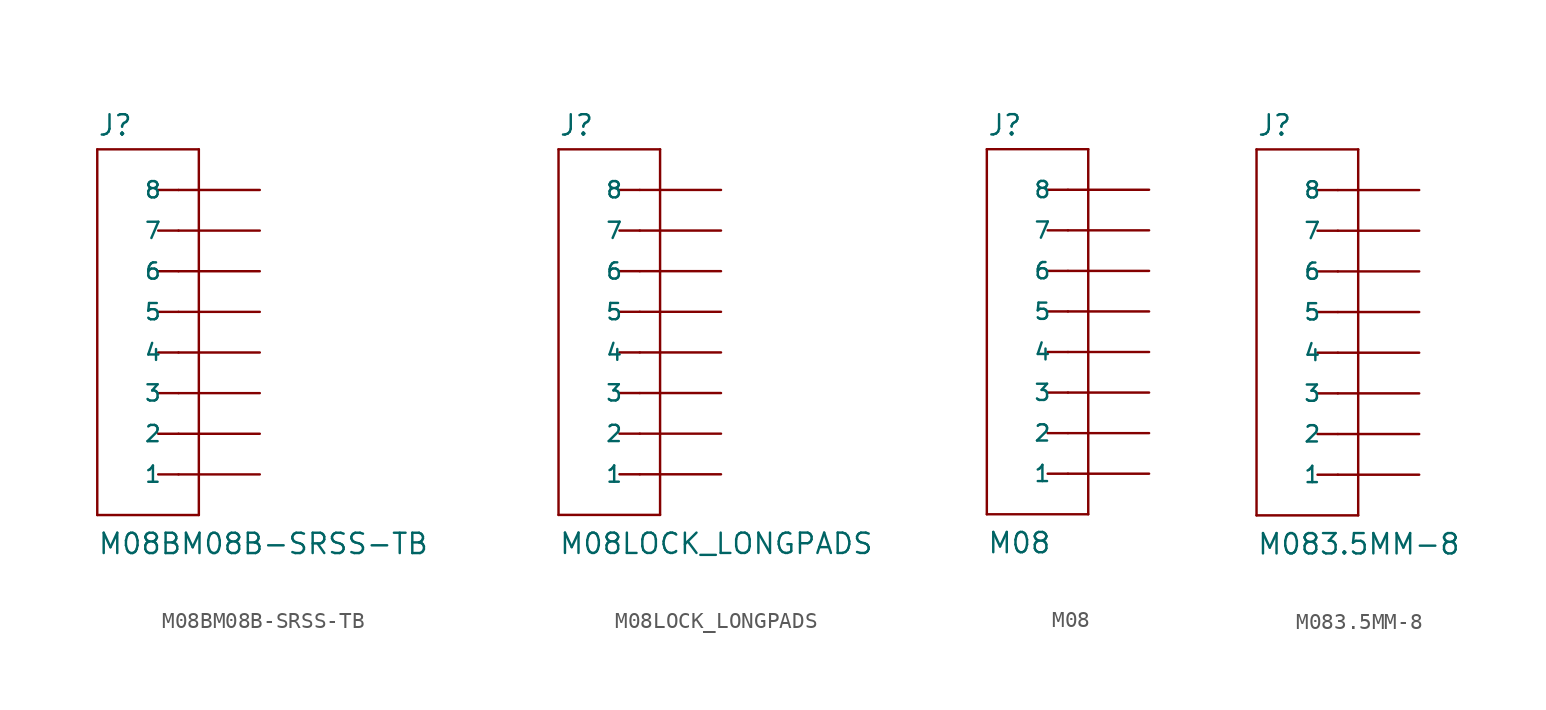
<source format=kicad_sym>
(kicad_symbol_lib
  (version 20211014)
  (generator kicad_symbol_editor)
  (symbol "M08BM08B-SRSS-TB"
    (pin_numbers hide)
    (pin_names
      (offset 1.016))
    (property "Reference" "J"
      (at -5.08 13.462 0)
      (effects (font (size 1.27 1.27)) (justify left bottom)))
    (property "Value" "M08BM08B-SRSS-TB"
      (at -5.08 -12.7 0)
      (effects (font (size 1.27 1.27)) (justify left bottom)))
    (property "Datasheet" ""
      (at 0 0 0)
      (effects (font (size 1.524 1.524))))
    (property "ki_locked" ""
      (at 0 0 0)
      (effects (font (size 1.27 1.27))))
    (symbol "M08BM08B-SRSS-TB_1_0"
      (polyline (pts (xy -5.08 12.7) (xy -5.08 -10.16)) (stroke (width 0) (type default) (color 0 0 0 0)) (fill (type none)))
      (polyline (pts (xy -5.08 12.7) (xy 1.27 12.7)) (stroke (width 0) (type default) (color 0 0 0 0)) (fill (type none)))
      (polyline (pts (xy -1.27 -7.62) (xy 0 -7.62)) (stroke (width 0) (type default) (color 0 0 0 0)) (fill (type none)))
      (polyline (pts (xy -1.27 -5.08) (xy 0 -5.08)) (stroke (width 0) (type default) (color 0 0 0 0)) (fill (type none)))
      (polyline (pts (xy -1.27 -2.54) (xy 0 -2.54)) (stroke (width 0) (type default) (color 0 0 0 0)) (fill (type none)))
      (polyline (pts (xy -1.27 0) (xy 0 0)) (stroke (width 0) (type default) (color 0 0 0 0)) (fill (type none)))
      (polyline (pts (xy -1.27 2.54) (xy 0 2.54)) (stroke (width 0) (type default) (color 0 0 0 0)) (fill (type none)))
      (polyline (pts (xy -1.27 5.08) (xy 0 5.08)) (stroke (width 0) (type default) (color 0 0 0 0)) (fill (type none)))
      (polyline (pts (xy -1.27 7.62) (xy 0 7.62)) (stroke (width 0) (type default) (color 0 0 0 0)) (fill (type none)))
      (polyline (pts (xy -1.27 10.16) (xy 0 10.16)) (stroke (width 0) (type default) (color 0 0 0 0)) (fill (type none)))
      (polyline (pts (xy 1.27 -10.16) (xy -5.08 -10.16)) (stroke (width 0) (type default) (color 0 0 0 0)) (fill (type none)))
      (polyline (pts (xy 1.27 -10.16) (xy 1.27 12.7)) (stroke (width 0) (type default) (color 0 0 0 0)) (fill (type none))))
    (symbol "M08BM08B-SRSS-TB_1_1"
      (pin passive line (at 5.08 -7.62 180) (length 5.08) (name "1" (effects (font (size 1.016 1.016)))) (number "1" (effects (font (size 1.016 1.016)))))
      (pin passive line (at 5.08 -5.08 180) (length 5.08) (name "2" (effects (font (size 1.016 1.016)))) (number "2" (effects (font (size 1.016 1.016)))))
      (pin passive line (at 5.08 -2.54 180) (length 5.08) (name "3" (effects (font (size 1.016 1.016)))) (number "3" (effects (font (size 1.016 1.016)))))
      (pin passive line (at 5.08 0 180) (length 5.08) (name "4" (effects (font (size 1.016 1.016)))) (number "4" (effects (font (size 1.016 1.016)))))
      (pin passive line (at 5.08 2.54 180) (length 5.08) (name "5" (effects (font (size 1.016 1.016)))) (number "5" (effects (font (size 1.016 1.016)))))
      (pin passive line (at 5.08 5.08 180) (length 5.08) (name "6" (effects (font (size 1.016 1.016)))) (number "6" (effects (font (size 1.016 1.016)))))
      (pin passive line (at 5.08 7.62 180) (length 5.08) (name "7" (effects (font (size 1.016 1.016)))) (number "7" (effects (font (size 1.016 1.016)))))
      (pin passive line (at 5.08 10.16 180) (length 5.08) (name "8" (effects (font (size 1.016 1.016)))) (number "8" (effects (font (size 1.016 1.016)))))))
  (symbol "M08LOCK_LONGPADS"
    (pin_numbers hide)
    (pin_names
      (offset 1.016))
    (property "Reference" "J"
      (at -5.08 13.462 0)
      (effects (font (size 1.27 1.27)) (justify left bottom)))
    (property "Value" "M08LOCK_LONGPADS"
      (at -5.08 -12.7 0)
      (effects (font (size 1.27 1.27)) (justify left bottom)))
    (property "Datasheet" ""
      (at 0 0 0)
      (effects (font (size 1.524 1.524))))
    (property "ki_locked" ""
      (at 0 0 0)
      (effects (font (size 1.27 1.27))))
    (symbol "M08LOCK_LONGPADS_1_0"
      (polyline (pts (xy -5.08 12.7) (xy -5.08 -10.16)) (stroke (width 0) (type default) (color 0 0 0 0)) (fill (type none)))
      (polyline (pts (xy -5.08 12.7) (xy 1.27 12.7)) (stroke (width 0) (type default) (color 0 0 0 0)) (fill (type none)))
      (polyline (pts (xy -1.27 -7.62) (xy 0 -7.62)) (stroke (width 0) (type default) (color 0 0 0 0)) (fill (type none)))
      (polyline (pts (xy -1.27 -5.08) (xy 0 -5.08)) (stroke (width 0) (type default) (color 0 0 0 0)) (fill (type none)))
      (polyline (pts (xy -1.27 -2.54) (xy 0 -2.54)) (stroke (width 0) (type default) (color 0 0 0 0)) (fill (type none)))
      (polyline (pts (xy -1.27 0) (xy 0 0)) (stroke (width 0) (type default) (color 0 0 0 0)) (fill (type none)))
      (polyline (pts (xy -1.27 2.54) (xy 0 2.54)) (stroke (width 0) (type default) (color 0 0 0 0)) (fill (type none)))
      (polyline (pts (xy -1.27 5.08) (xy 0 5.08)) (stroke (width 0) (type default) (color 0 0 0 0)) (fill (type none)))
      (polyline (pts (xy -1.27 7.62) (xy 0 7.62)) (stroke (width 0) (type default) (color 0 0 0 0)) (fill (type none)))
      (polyline (pts (xy -1.27 10.16) (xy 0 10.16)) (stroke (width 0) (type default) (color 0 0 0 0)) (fill (type none)))
      (polyline (pts (xy 1.27 -10.16) (xy -5.08 -10.16)) (stroke (width 0) (type default) (color 0 0 0 0)) (fill (type none)))
      (polyline (pts (xy 1.27 -10.16) (xy 1.27 12.7)) (stroke (width 0) (type default) (color 0 0 0 0)) (fill (type none))))
    (symbol "M08LOCK_LONGPADS_1_1"
      (pin passive line (at 5.08 -7.62 180) (length 5.08) (name "1" (effects (font (size 1.016 1.016)))) (number "1" (effects (font (size 1.016 1.016)))))
      (pin passive line (at 5.08 -5.08 180) (length 5.08) (name "2" (effects (font (size 1.016 1.016)))) (number "2" (effects (font (size 1.016 1.016)))))
      (pin passive line (at 5.08 -2.54 180) (length 5.08) (name "3" (effects (font (size 1.016 1.016)))) (number "3" (effects (font (size 1.016 1.016)))))
      (pin passive line (at 5.08 0 180) (length 5.08) (name "4" (effects (font (size 1.016 1.016)))) (number "4" (effects (font (size 1.016 1.016)))))
      (pin passive line (at 5.08 2.54 180) (length 5.08) (name "5" (effects (font (size 1.016 1.016)))) (number "5" (effects (font (size 1.016 1.016)))))
      (pin passive line (at 5.08 5.08 180) (length 5.08) (name "6" (effects (font (size 1.016 1.016)))) (number "6" (effects (font (size 1.016 1.016)))))
      (pin passive line (at 5.08 7.62 180) (length 5.08) (name "7" (effects (font (size 1.016 1.016)))) (number "7" (effects (font (size 1.016 1.016)))))
      (pin passive line (at 5.08 10.16 180) (length 5.08) (name "8" (effects (font (size 1.016 1.016)))) (number "8" (effects (font (size 1.016 1.016)))))))
  (symbol "M08"
    (pin_numbers hide)
    (pin_names
      (offset 1.016))
    (property "Reference" "J"
      (at -5.08 13.462 0)
      (effects (font (size 1.27 1.27)) (justify left bottom)))
    (property "Value" "M08"
      (at -5.08 -12.7 0)
      (effects (font (size 1.27 1.27)) (justify left bottom)))
    (property "Datasheet" ""
      (at 0 0 0)
      (effects (font (size 1.524 1.524))))
    (property "ki_locked" ""
      (at 0 0 0)
      (effects (font (size 1.27 1.27))))
    (symbol "M08_1_0"
      (polyline (pts (xy -5.08 12.7) (xy -5.08 -10.16)) (stroke (width 0) (type default) (color 0 0 0 0)) (fill (type none)))
      (polyline (pts (xy -5.08 12.7) (xy 1.27 12.7)) (stroke (width 0) (type default) (color 0 0 0 0)) (fill (type none)))
      (polyline (pts (xy -1.27 -7.62) (xy 0 -7.62)) (stroke (width 0) (type default) (color 0 0 0 0)) (fill (type none)))
      (polyline (pts (xy -1.27 -5.08) (xy 0 -5.08)) (stroke (width 0) (type default) (color 0 0 0 0)) (fill (type none)))
      (polyline (pts (xy -1.27 -2.54) (xy 0 -2.54)) (stroke (width 0) (type default) (color 0 0 0 0)) (fill (type none)))
      (polyline (pts (xy -1.27 0) (xy 0 0)) (stroke (width 0) (type default) (color 0 0 0 0)) (fill (type none)))
      (polyline (pts (xy -1.27 2.54) (xy 0 2.54)) (stroke (width 0) (type default) (color 0 0 0 0)) (fill (type none)))
      (polyline (pts (xy -1.27 5.08) (xy 0 5.08)) (stroke (width 0) (type default) (color 0 0 0 0)) (fill (type none)))
      (polyline (pts (xy -1.27 7.62) (xy 0 7.62)) (stroke (width 0) (type default) (color 0 0 0 0)) (fill (type none)))
      (polyline (pts (xy -1.27 10.16) (xy 0 10.16)) (stroke (width 0) (type default) (color 0 0 0 0)) (fill (type none)))
      (polyline (pts (xy 1.27 -10.16) (xy -5.08 -10.16)) (stroke (width 0) (type default) (color 0 0 0 0)) (fill (type none)))
      (polyline (pts (xy 1.27 -10.16) (xy 1.27 12.7)) (stroke (width 0) (type default) (color 0 0 0 0)) (fill (type none))))
    (symbol "M08_1_1"
      (pin passive line (at 5.08 -7.62 180) (length 5.08) (name "1" (effects (font (size 1.016 1.016)))) (number "1" (effects (font (size 1.016 1.016)))))
      (pin passive line (at 5.08 -5.08 180) (length 5.08) (name "2" (effects (font (size 1.016 1.016)))) (number "2" (effects (font (size 1.016 1.016)))))
      (pin passive line (at 5.08 -2.54 180) (length 5.08) (name "3" (effects (font (size 1.016 1.016)))) (number "3" (effects (font (size 1.016 1.016)))))
      (pin passive line (at 5.08 0 180) (length 5.08) (name "4" (effects (font (size 1.016 1.016)))) (number "4" (effects (font (size 1.016 1.016)))))
      (pin passive line (at 5.08 2.54 180) (length 5.08) (name "5" (effects (font (size 1.016 1.016)))) (number "5" (effects (font (size 1.016 1.016)))))
      (pin passive line (at 5.08 5.08 180) (length 5.08) (name "6" (effects (font (size 1.016 1.016)))) (number "6" (effects (font (size 1.016 1.016)))))
      (pin passive line (at 5.08 7.62 180) (length 5.08) (name "7" (effects (font (size 1.016 1.016)))) (number "7" (effects (font (size 1.016 1.016)))))
      (pin passive line (at 5.08 10.16 180) (length 5.08) (name "8" (effects (font (size 1.016 1.016)))) (number "8" (effects (font (size 1.016 1.016)))))))
  (symbol "M083.5MM-8"
    (pin_numbers hide)
    (pin_names
      (offset 1.016))
    (property "Reference" "J"
      (at -5.08 13.462 0)
      (effects (font (size 1.27 1.27)) (justify left bottom)))
    (property "Value" "M083.5MM-8"
      (at -5.08 -12.7 0)
      (effects (font (size 1.27 1.27)) (justify left bottom)))
    (property "Datasheet" ""
      (at 0 0 0)
      (effects (font (size 1.524 1.524))))
    (property "ki_locked" ""
      (at 0 0 0)
      (effects (font (size 1.27 1.27))))
    (symbol "M083.5MM-8_1_0"
      (polyline (pts (xy -5.08 12.7) (xy -5.08 -10.16)) (stroke (width 0) (type default) (color 0 0 0 0)) (fill (type none)))
      (polyline (pts (xy -5.08 12.7) (xy 1.27 12.7)) (stroke (width 0) (type default) (color 0 0 0 0)) (fill (type none)))
      (polyline (pts (xy -1.27 -7.62) (xy 0 -7.62)) (stroke (width 0) (type default) (color 0 0 0 0)) (fill (type none)))
      (polyline (pts (xy -1.27 -5.08) (xy 0 -5.08)) (stroke (width 0) (type default) (color 0 0 0 0)) (fill (type none)))
      (polyline (pts (xy -1.27 -2.54) (xy 0 -2.54)) (stroke (width 0) (type default) (color 0 0 0 0)) (fill (type none)))
      (polyline (pts (xy -1.27 0) (xy 0 0)) (stroke (width 0) (type default) (color 0 0 0 0)) (fill (type none)))
      (polyline (pts (xy -1.27 2.54) (xy 0 2.54)) (stroke (width 0) (type default) (color 0 0 0 0)) (fill (type none)))
      (polyline (pts (xy -1.27 5.08) (xy 0 5.08)) (stroke (width 0) (type default) (color 0 0 0 0)) (fill (type none)))
      (polyline (pts (xy -1.27 7.62) (xy 0 7.62)) (stroke (width 0) (type default) (color 0 0 0 0)) (fill (type none)))
      (polyline (pts (xy -1.27 10.16) (xy 0 10.16)) (stroke (width 0) (type default) (color 0 0 0 0)) (fill (type none)))
      (polyline (pts (xy 1.27 -10.16) (xy -5.08 -10.16)) (stroke (width 0) (type default) (color 0 0 0 0)) (fill (type none)))
      (polyline (pts (xy 1.27 -10.16) (xy 1.27 12.7)) (stroke (width 0) (type default) (color 0 0 0 0)) (fill (type none))))
    (symbol "M083.5MM-8_1_1"
      (pin passive line (at 5.08 -7.62 180) (length 5.08) (name "1" (effects (font (size 1.016 1.016)))) (number "1" (effects (font (size 1.016 1.016)))))
      (pin passive line (at 5.08 -5.08 180) (length 5.08) (name "2" (effects (font (size 1.016 1.016)))) (number "2" (effects (font (size 1.016 1.016)))))
      (pin passive line (at 5.08 -2.54 180) (length 5.08) (name "3" (effects (font (size 1.016 1.016)))) (number "3" (effects (font (size 1.016 1.016)))))
      (pin passive line (at 5.08 0 180) (length 5.08) (name "4" (effects (font (size 1.016 1.016)))) (number "4" (effects (font (size 1.016 1.016)))))
      (pin passive line (at 5.08 2.54 180) (length 5.08) (name "5" (effects (font (size 1.016 1.016)))) (number "5" (effects (font (size 1.016 1.016)))))
      (pin passive line (at 5.08 5.08 180) (length 5.08) (name "6" (effects (font (size 1.016 1.016)))) (number "6" (effects (font (size 1.016 1.016)))))
      (pin passive line (at 5.08 7.62 180) (length 5.08) (name "7" (effects (font (size 1.016 1.016)))) (number "7" (effects (font (size 1.016 1.016)))))
      (pin passive line (at 5.08 10.16 180) (length 5.08) (name "8" (effects (font (size 1.016 1.016)))) (number "8" (effects (font (size 1.016 1.016))))))))
</source>
